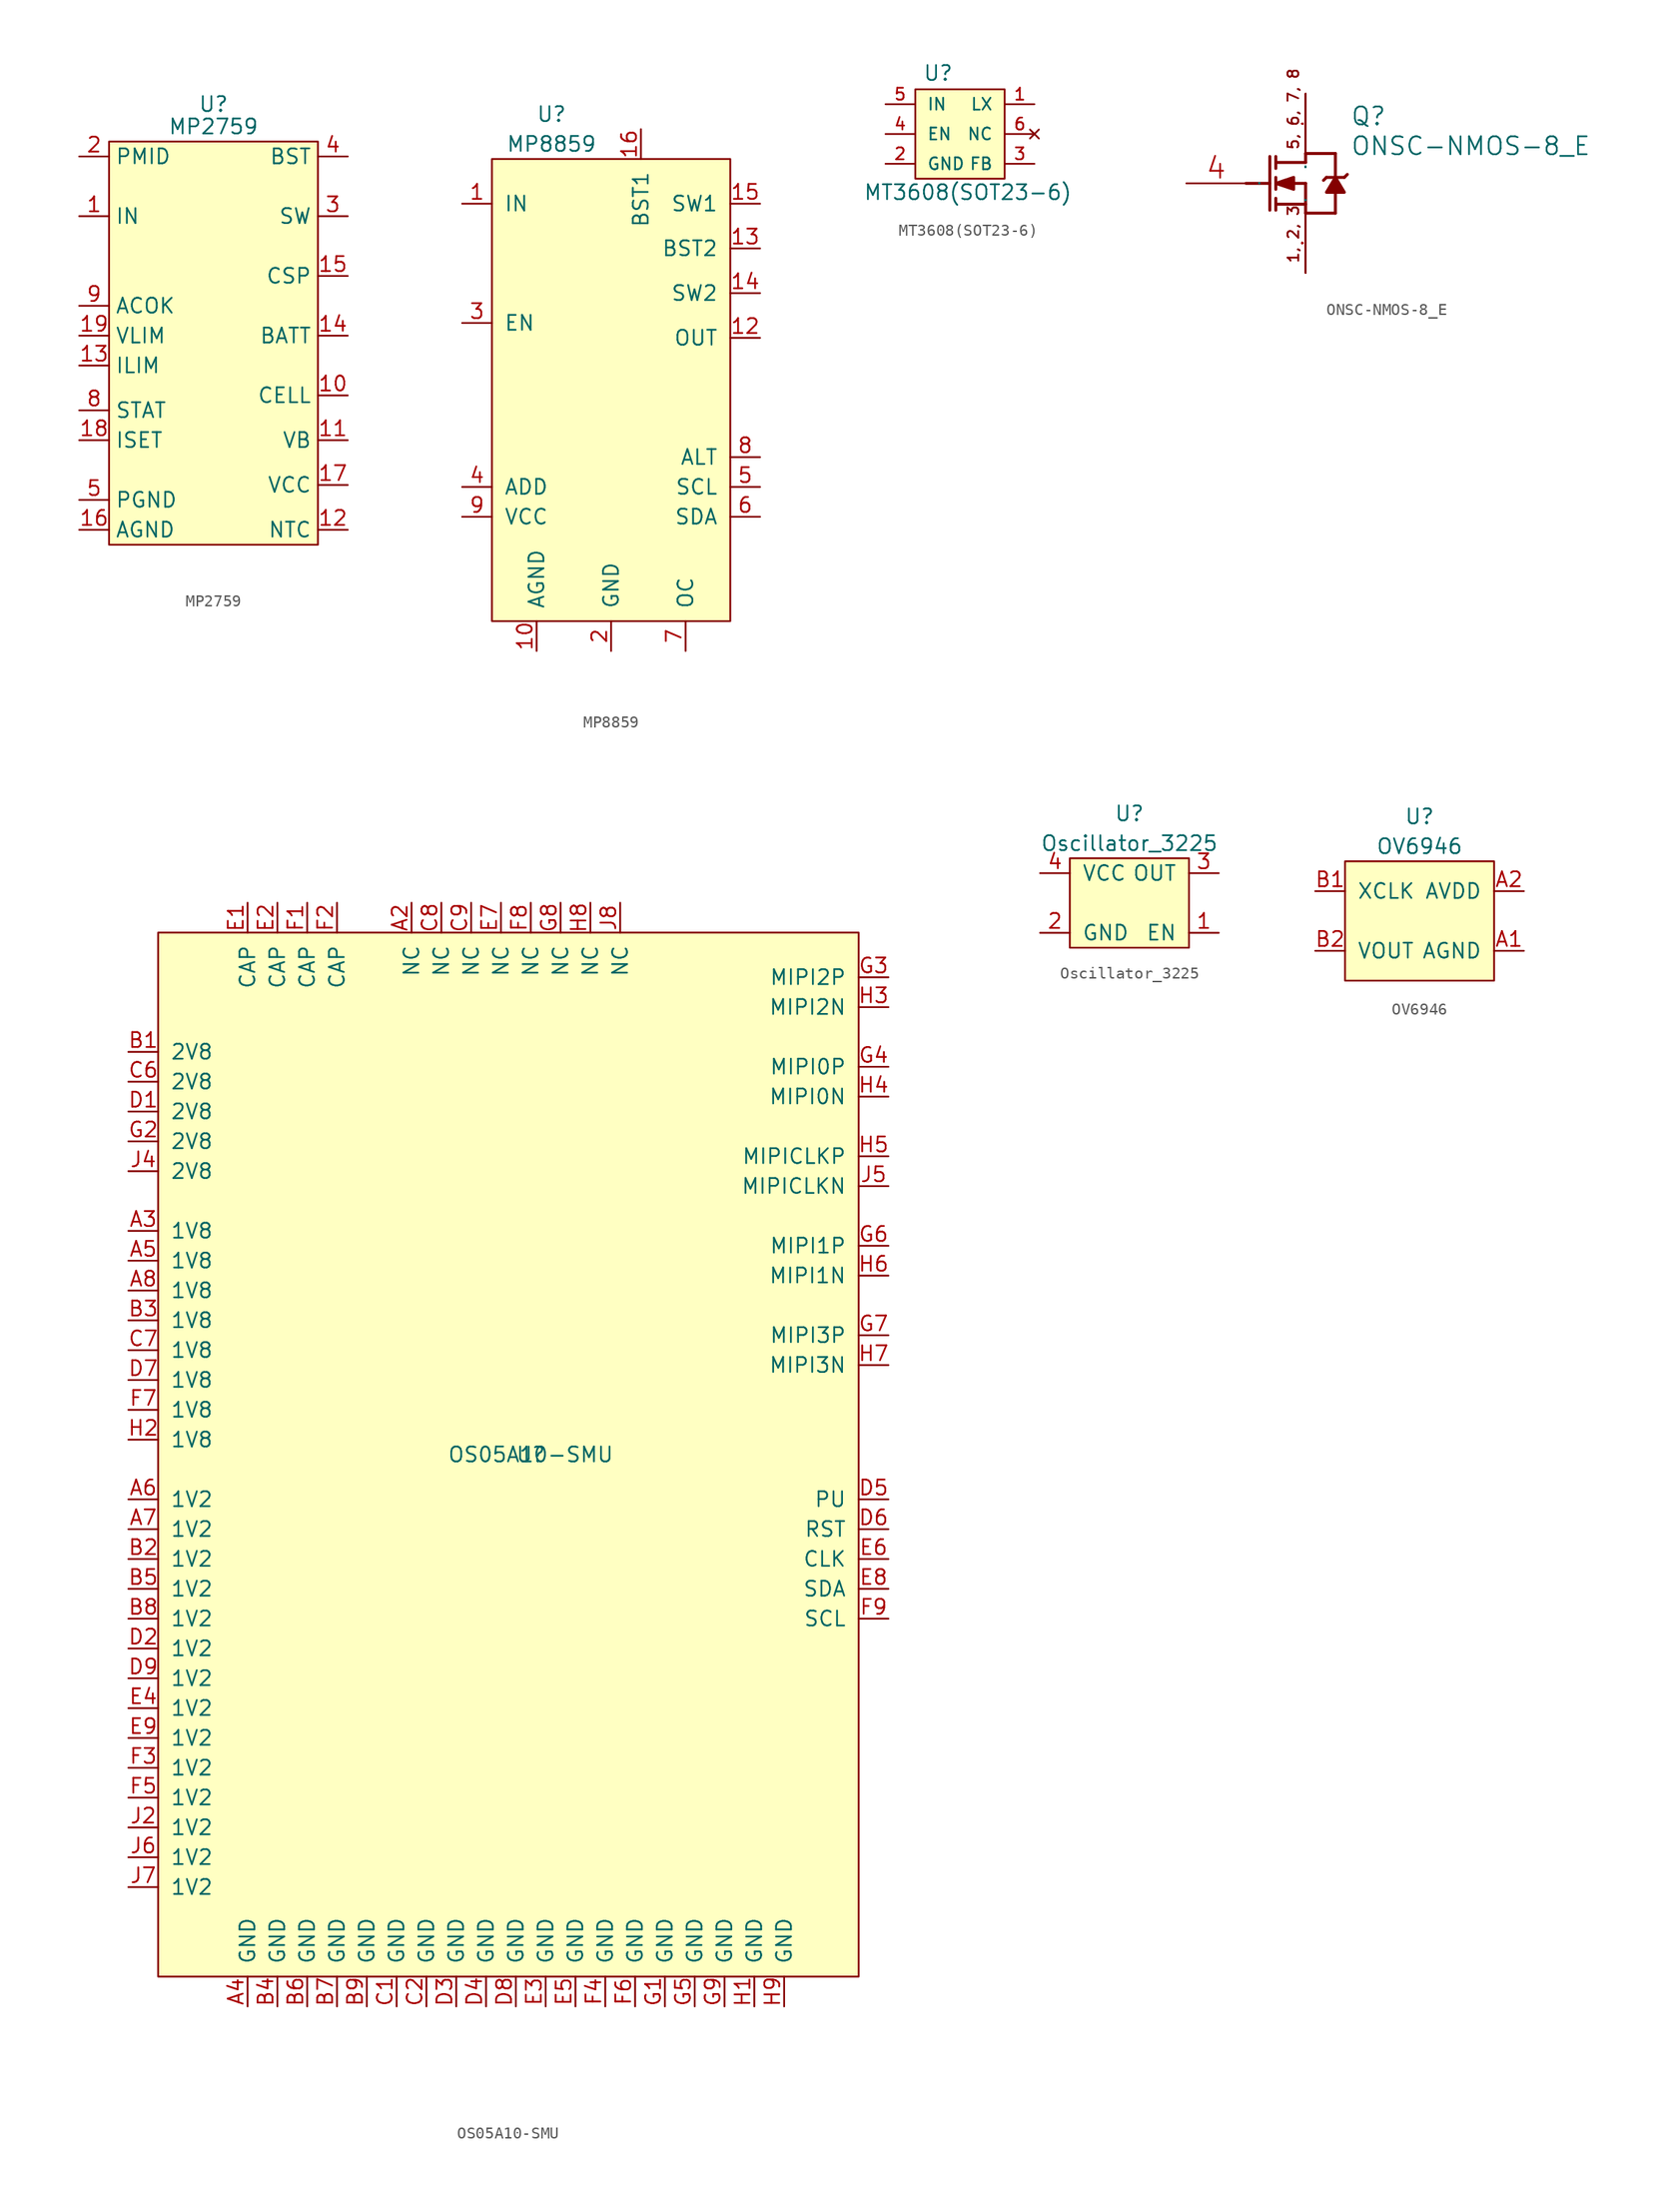
<source format=kicad_sym>
(kicad_symbol_lib
  (version 20211014)
  (generator kicad_symbol_editor)
  (symbol "MP2759"
    (property "Reference" "U"
      (at 0 24.765 0)
      (effects (font (size 1.27 1.27))))
    (property "Value" "MP2759"
      (at 0 22.86 0)
      (effects (font (size 1.27 1.27))))
    (symbol "MP2759_0_1"
      (rectangle (start -8.89 21.59) (end 8.89 -12.7) (stroke (width 0) (type default) (color 0 0 0 0)) (fill (type background))))
    (symbol "MP2759_1_1"
      (pin input line (at -11.43 15.24 0) (length 2.54) (name "IN" (effects (font (size 1.27 1.27)))) (number "1" (effects (font (size 1.27 1.27)))))
      (pin input line (at 11.43 0 180) (length 2.54) (name "CELL" (effects (font (size 1.27 1.27)))) (number "10" (effects (font (size 1.27 1.27)))))
      (pin input line (at 11.43 -3.81 180) (length 2.54) (name "VB" (effects (font (size 1.27 1.27)))) (number "11" (effects (font (size 1.27 1.27)))))
      (pin input line (at 11.43 -11.43 180) (length 2.54) (name "NTC" (effects (font (size 1.27 1.27)))) (number "12" (effects (font (size 1.27 1.27)))))
      (pin input line (at -11.43 2.54 0) (length 2.54) (name "ILIM" (effects (font (size 1.27 1.27)))) (number "13" (effects (font (size 1.27 1.27)))))
      (pin input line (at 11.43 5.08 180) (length 2.54) (name "BATT" (effects (font (size 1.27 1.27)))) (number "14" (effects (font (size 1.27 1.27)))))
      (pin input line (at 11.43 10.16 180) (length 2.54) (name "CSP" (effects (font (size 1.27 1.27)))) (number "15" (effects (font (size 1.27 1.27)))))
      (pin input line (at -11.43 -11.43 0) (length 2.54) (name "AGND" (effects (font (size 1.27 1.27)))) (number "16" (effects (font (size 1.27 1.27)))))
      (pin input line (at 11.43 -7.62 180) (length 2.54) (name "VCC" (effects (font (size 1.27 1.27)))) (number "17" (effects (font (size 1.27 1.27)))))
      (pin input line (at -11.43 -3.81 0) (length 2.54) (name "ISET" (effects (font (size 1.27 1.27)))) (number "18" (effects (font (size 1.27 1.27)))))
      (pin input line (at -11.43 5.08 0) (length 2.54) (name "VLIM" (effects (font (size 1.27 1.27)))) (number "19" (effects (font (size 1.27 1.27)))))
      (pin input line (at -11.43 20.32 0) (length 2.54) (name "PMID" (effects (font (size 1.27 1.27)))) (number "2" (effects (font (size 1.27 1.27)))))
      (pin input line (at 11.43 15.24 180) (length 2.54) (name "SW" (effects (font (size 1.27 1.27)))) (number "3" (effects (font (size 1.27 1.27)))))
      (pin input line (at 11.43 20.32 180) (length 2.54) (name "BST" (effects (font (size 1.27 1.27)))) (number "4" (effects (font (size 1.27 1.27)))))
      (pin input line (at -11.43 -8.89 0) (length 2.54) (name "PGND" (effects (font (size 1.27 1.27)))) (number "5" (effects (font (size 1.27 1.27)))))
      (pin input line (at -11.43 -8.89 0) (length 2.54) hide (name "PGND" (effects (font (size 1.27 1.27)))) (number "6" (effects (font (size 1.27 1.27)))))
      (pin input line (at -11.43 -8.89 0) (length 2.54) hide (name "PGND" (effects (font (size 1.27 1.27)))) (number "7" (effects (font (size 1.27 1.27)))))
      (pin input line (at -11.43 -1.27 0) (length 2.54) (name "STAT" (effects (font (size 1.27 1.27)))) (number "8" (effects (font (size 1.27 1.27)))))
      (pin input line (at -11.43 7.62 0) (length 2.54) (name "ACOK" (effects (font (size 1.27 1.27)))) (number "9" (effects (font (size 1.27 1.27)))))))
  (symbol "MP8859"
    (pin_names
      (offset 1.016))
    (property "Reference" "U"
      (at -5.08 20.32 0)
      (effects (font (size 1.27 1.27))))
    (property "Value" "MP8859"
      (at -5.08 17.78 0)
      (effects (font (size 1.27 1.27))))
    (symbol "MP8859_0_1"
      (rectangle (start -10.16 16.51) (end 10.16 -22.86) (stroke (width 0) (type default) (color 0 0 0 0)) (fill (type background))))
    (symbol "MP8859_1_1"
      (pin input line (at -12.7 12.7 0) (length 2.54) (name "IN" (effects (font (size 1.27 1.27)))) (number "1" (effects (font (size 1.27 1.27)))))
      (pin input line (at -6.35 -25.4 90) (length 2.54) (name "AGND" (effects (font (size 1.27 1.27)))) (number "10" (effects (font (size 1.27 1.27)))))
      (pin input line (at 12.7 1.27 180) (length 2.54) (name "OUT" (effects (font (size 1.27 1.27)))) (number "12" (effects (font (size 1.27 1.27)))))
      (pin input line (at 12.7 8.89 180) (length 2.54) (name "BST2" (effects (font (size 1.27 1.27)))) (number "13" (effects (font (size 1.27 1.27)))))
      (pin input line (at 12.7 5.08 180) (length 2.54) (name "SW2" (effects (font (size 1.27 1.27)))) (number "14" (effects (font (size 1.27 1.27)))))
      (pin input line (at 12.7 12.7 180) (length 2.54) (name "SW1" (effects (font (size 1.27 1.27)))) (number "15" (effects (font (size 1.27 1.27)))))
      (pin input line (at 2.54 19.05 270) (length 2.54) (name "BST1" (effects (font (size 1.27 1.27)))) (number "16" (effects (font (size 1.27 1.27)))))
      (pin input line (at 0 -25.4 90) (length 2.54) (name "GND" (effects (font (size 1.27 1.27)))) (number "2" (effects (font (size 1.27 1.27)))))
      (pin input line (at -12.7 2.54 0) (length 2.54) (name "EN" (effects (font (size 1.27 1.27)))) (number "3" (effects (font (size 1.27 1.27)))))
      (pin input line (at -12.7 -11.43 0) (length 2.54) (name "ADD" (effects (font (size 1.27 1.27)))) (number "4" (effects (font (size 1.27 1.27)))))
      (pin input line (at 12.7 -11.43 180) (length 2.54) (name "SCL" (effects (font (size 1.27 1.27)))) (number "5" (effects (font (size 1.27 1.27)))))
      (pin input line (at 12.7 -13.97 180) (length 2.54) (name "SDA" (effects (font (size 1.27 1.27)))) (number "6" (effects (font (size 1.27 1.27)))))
      (pin input line (at 6.35 -25.4 90) (length 2.54) (name "OC" (effects (font (size 1.27 1.27)))) (number "7" (effects (font (size 1.27 1.27)))))
      (pin input line (at 12.7 -8.89 180) (length 2.54) (name "ALT" (effects (font (size 1.27 1.27)))) (number "8" (effects (font (size 1.27 1.27)))))
      (pin input line (at -12.7 -13.97 0) (length 2.54) (name "VCC" (effects (font (size 1.27 1.27)))) (number "9" (effects (font (size 1.27 1.27)))))))
  (symbol "MT3608(SOT23-6)"
    (pin_names
      (offset 1.016))
    (property "Reference" "U"
      (at -1.905 4.445 0)
      (effects (font (size 1.27 1.27)) (justify left bottom)))
    (property "Value" "MT3608(SOT23-6)"
      (at -6.985 -5.715 0)
      (effects (font (size 1.27 1.27)) (justify left bottom)))
    (property "Datasheet" ""
      (at 2.54 0 0)
      (effects (font (size 1.524 1.524))))
    (symbol "MT3608(SOT23-6)_1_0"
      (rectangle (start -2.54 3.81) (end 5.08 -3.81) (stroke (width 0) (type default) (color 0 0 0 0)) (fill (type background))))
    (symbol "MT3608(SOT23-6)_1_1"
      (pin output line (at 7.62 2.54 180) (length 2.489) (name "LX" (effects (font (size 1.016 1.016)))) (number "1" (effects (font (size 1.016 1.016)))))
      (pin power_in line (at -5.08 -2.54 0) (length 2.489) (name "GND" (effects (font (size 1.016 1.016)))) (number "2" (effects (font (size 1.016 1.016)))))
      (pin input line (at 7.62 -2.54 180) (length 2.489) (name "FB" (effects (font (size 1.016 1.016)))) (number "3" (effects (font (size 1.016 1.016)))))
      (pin input line (at -5.08 0 0) (length 2.489) (name "EN" (effects (font (size 1.016 1.016)))) (number "4" (effects (font (size 1.016 1.016)))))
      (pin input line (at -5.08 2.54 0) (length 2.489) (name "IN" (effects (font (size 1.016 1.016)))) (number "5" (effects (font (size 1.016 1.016)))))
      (pin no_connect line (at 7.62 0 180) (length 2.489) (name "NC" (effects (font (size 1.016 1.016)))) (number "6" (effects (font (size 1.016 1.016)))))))
  (symbol "ONSC-NMOS-8_E"
    (pin_names
      (offset 1.016))
    (property "Reference" "Q"
      (at 8.89 2.286 0)
      (effects (font (size 1.524 1.524)) (justify left bottom)))
    (property "Value" "ONSC-NMOS-8_E"
      (at 8.89 -0.254 0)
      (effects (font (size 1.524 1.524)) (justify left bottom)))
    (property "Footprint" ""
      (at 0 0 0)
      (effects (font (size 1.524 1.524))))
    (property "Datasheet" ""
      (at 0 0 0)
      (effects (font (size 1.524 1.524))))
    (symbol "ONSC-NMOS-8_E_0_1"
      (polyline (pts (xy 0 -2.54) (xy 2.032 -2.54)) (stroke (width 0.254) (type default) (color 0 0 0 0)) (fill (type none)))
      (polyline (pts (xy 2.032 -0.254) (xy 2.032 -4.826)) (stroke (width 0.254) (type default) (color 0 0 0 0)) (fill (type none)))
      (polyline (pts (xy 2.54 -4.826) (xy 2.54 -3.81)) (stroke (width 0.254) (type default) (color 0 0 0 0)) (fill (type none)))
      (polyline (pts (xy 2.54 -3.048) (xy 2.54 -2.032)) (stroke (width 0.254) (type default) (color 0 0 0 0)) (fill (type none)))
      (polyline (pts (xy 2.54 -0.254) (xy 2.54 -1.27)) (stroke (width 0.254) (type default) (color 0 0 0 0)) (fill (type none)))
      (polyline (pts (xy 5.08 -5.08) (xy 7.62 -5.08)) (stroke (width 0.254) (type default) (color 0 0 0 0)) (fill (type none)))
      (polyline (pts (xy 5.08 -4.318) (xy 2.54 -4.318)) (stroke (width 0.254) (type default) (color 0 0 0 0)) (fill (type none)))
      (polyline (pts (xy 5.08 -2.54) (xy 2.54 -2.54)) (stroke (width 0.254) (type default) (color 0 0 0 0)) (fill (type none)))
      (polyline (pts (xy 5.08 -2.54) (xy 5.08 -5.08)) (stroke (width 0.254) (type default) (color 0 0 0 0)) (fill (type none)))
      (polyline (pts (xy 5.08 -0.762) (xy 2.54 -0.762)) (stroke (width 0.254) (type default) (color 0 0 0 0)) (fill (type none)))
      (polyline (pts (xy 5.08 -0.762) (xy 5.08 0)) (stroke (width 0.254) (type default) (color 0 0 0 0)) (fill (type none)))
      (polyline (pts (xy 5.08 0) (xy 7.62 0)) (stroke (width 0.254) (type default) (color 0 0 0 0)) (fill (type none)))
      (polyline (pts (xy 6.858 -2.032) (xy 6.604 -2.286)) (stroke (width 0.254) (type default) (color 0 0 0 0)) (fill (type none)))
      (polyline (pts (xy 6.858 -2.032) (xy 8.382 -2.032)) (stroke (width 0.254) (type default) (color 0 0 0 0)) (fill (type none)))
      (polyline (pts (xy 7.62 -5.08) (xy 7.62 -3.302)) (stroke (width 0.254) (type default) (color 0 0 0 0)) (fill (type none)))
      (polyline (pts (xy 7.62 0) (xy 7.62 -2.032)) (stroke (width 0.254) (type default) (color 0 0 0 0)) (fill (type none)))
      (polyline (pts (xy 8.382 -2.032) (xy 8.636 -1.778)) (stroke (width 0.254) (type default) (color 0 0 0 0)) (fill (type none)))
      (polyline (pts (xy 2.54 -2.54) (xy 4.064 -2.032) (xy 4.064 -3.048) (xy 2.54 -2.54)) (stroke (width 0.254) (type default) (color 0 0 0 0)) (fill (type outline)))
      (polyline (pts (xy 7.62 -2.032) (xy 8.382 -3.302) (xy 6.858 -3.302) (xy 7.62 -2.032)) (stroke (width 0.254) (type default) (color 0 0 0 0)) (fill (type outline)))
      (pin passive line (at 5.08 -10.16 90) (length 5.08) (name "S" (effects (font (size 0.025 0.025)))) (number "1" (effects (font (size 0.025 0.025)))))
      (pin passive line (at 5.08 -10.16 90) (length 5.08) (name "S" (effects (font (size 0.025 0.025)))) (number "2" (effects (font (size 0.025 0.025)))))
      (pin passive line (at 5.08 -10.16 90) (length 5.08) (name "S" (effects (font (size 0.025 0.025)))) (number "3" (effects (font (size 0.025 0.025)))))
      (pin passive line (at -5.08 -2.54 0) (length 5.08) (name "G" (effects (font (size 0.025 0.025)))) (number "4" (effects (font (size 1.778 1.778)))))
      (pin passive line (at 5.08 5.08 270) (length 5.08) (name "D" (effects (font (size 0.025 0.025)))) (number "5" (effects (font (size 0.025 0.025)))))
      (pin passive line (at 5.08 5.08 270) (length 5.08) (name "D" (effects (font (size 0.025 0.025)))) (number "6" (effects (font (size 0.025 0.025)))))
      (pin passive line (at 5.08 5.08 270) (length 5.08) (name "D" (effects (font (size 0.025 0.025)))) (number "7" (effects (font (size 0.025 0.025)))))
      (pin passive line (at 5.08 5.08 270) (length 5.08) (name "D" (effects (font (size 0.025 0.025)))) (number "8" (effects (font (size 0.025 0.025))))))
    (symbol "ONSC-NMOS-8_E_1_1"
      (text "1, 2, 3" (at 4.572 -9.398 900) (effects (font (size 0.914 0.914)) (justify left bottom)))
      (text "5, 6, 7, 8" (at 4.572 0.254 900) (effects (font (size 0.914 0.914)) (justify left bottom)))))
  (symbol "OS05A10-SMU"
    (pin_names
      (offset 1.016))
    (property "Reference" "U"
      (at 0 21.59 0)
      (effects (font (size 1.27 1.27))))
    (property "Value" "OS05A10-SMU"
      (at 0 21.59 0)
      (effects (font (size 1.27 1.27))))
    (symbol "OS05A10-SMU_0_1"
      (rectangle (start -31.75 66.04) (end 27.94 -22.86) (stroke (width 0) (type default) (color 0 0 0 0)) (fill (type background))))
    (symbol "OS05A10-SMU_1_1"
      (pin input line (at -10.16 68.58 270) (length 2.54) (name "NC" (effects (font (size 1.27 1.27)))) (number "A2" (effects (font (size 1.27 1.27)))))
      (pin input line (at -34.29 40.64 0) (length 2.54) (name "1V8" (effects (font (size 1.27 1.27)))) (number "A3" (effects (font (size 1.27 1.27)))))
      (pin input line (at -24.13 -25.4 90) (length 2.54) (name "GND" (effects (font (size 1.27 1.27)))) (number "A4" (effects (font (size 1.27 1.27)))))
      (pin input line (at -34.29 38.1 0) (length 2.54) (name "1V8" (effects (font (size 1.27 1.27)))) (number "A5" (effects (font (size 1.27 1.27)))))
      (pin input line (at -34.29 17.78 0) (length 2.54) (name "1V2" (effects (font (size 1.27 1.27)))) (number "A6" (effects (font (size 1.27 1.27)))))
      (pin input line (at -34.29 15.24 0) (length 2.54) (name "1V2" (effects (font (size 1.27 1.27)))) (number "A7" (effects (font (size 1.27 1.27)))))
      (pin input line (at -34.29 35.56 0) (length 2.54) (name "1V8" (effects (font (size 1.27 1.27)))) (number "A8" (effects (font (size 1.27 1.27)))))
      (pin input line (at -34.29 55.88 0) (length 2.54) (name "2V8" (effects (font (size 1.27 1.27)))) (number "B1" (effects (font (size 1.27 1.27)))))
      (pin input line (at -34.29 12.7 0) (length 2.54) (name "1V2" (effects (font (size 1.27 1.27)))) (number "B2" (effects (font (size 1.27 1.27)))))
      (pin input line (at -34.29 33.02 0) (length 2.54) (name "1V8" (effects (font (size 1.27 1.27)))) (number "B3" (effects (font (size 1.27 1.27)))))
      (pin input line (at -21.59 -25.4 90) (length 2.54) (name "GND" (effects (font (size 1.27 1.27)))) (number "B4" (effects (font (size 1.27 1.27)))))
      (pin input line (at -34.29 10.16 0) (length 2.54) (name "1V2" (effects (font (size 1.27 1.27)))) (number "B5" (effects (font (size 1.27 1.27)))))
      (pin input line (at -19.05 -25.4 90) (length 2.54) (name "GND" (effects (font (size 1.27 1.27)))) (number "B6" (effects (font (size 1.27 1.27)))))
      (pin input line (at -16.51 -25.4 90) (length 2.54) (name "GND" (effects (font (size 1.27 1.27)))) (number "B7" (effects (font (size 1.27 1.27)))))
      (pin input line (at -34.29 7.62 0) (length 2.54) (name "1V2" (effects (font (size 1.27 1.27)))) (number "B8" (effects (font (size 1.27 1.27)))))
      (pin input line (at -13.97 -25.4 90) (length 2.54) (name "GND" (effects (font (size 1.27 1.27)))) (number "B9" (effects (font (size 1.27 1.27)))))
      (pin input line (at -11.43 -25.4 90) (length 2.54) (name "GND" (effects (font (size 1.27 1.27)))) (number "C1" (effects (font (size 1.27 1.27)))))
      (pin input line (at -8.89 -25.4 90) (length 2.54) (name "GND" (effects (font (size 1.27 1.27)))) (number "C2" (effects (font (size 1.27 1.27)))))
      (pin input line (at -34.29 53.34 0) (length 2.54) (name "2V8" (effects (font (size 1.27 1.27)))) (number "C6" (effects (font (size 1.27 1.27)))))
      (pin input line (at -34.29 30.48 0) (length 2.54) (name "1V8" (effects (font (size 1.27 1.27)))) (number "C7" (effects (font (size 1.27 1.27)))))
      (pin input line (at -7.62 68.58 270) (length 2.54) (name "NC" (effects (font (size 1.27 1.27)))) (number "C8" (effects (font (size 1.27 1.27)))))
      (pin input line (at -5.08 68.58 270) (length 2.54) (name "NC" (effects (font (size 1.27 1.27)))) (number "C9" (effects (font (size 1.27 1.27)))))
      (pin input line (at -34.29 50.8 0) (length 2.54) (name "2V8" (effects (font (size 1.27 1.27)))) (number "D1" (effects (font (size 1.27 1.27)))))
      (pin input line (at -34.29 5.08 0) (length 2.54) (name "1V2" (effects (font (size 1.27 1.27)))) (number "D2" (effects (font (size 1.27 1.27)))))
      (pin input line (at -6.35 -25.4 90) (length 2.54) (name "GND" (effects (font (size 1.27 1.27)))) (number "D3" (effects (font (size 1.27 1.27)))))
      (pin input line (at -3.81 -25.4 90) (length 2.54) (name "GND" (effects (font (size 1.27 1.27)))) (number "D4" (effects (font (size 1.27 1.27)))))
      (pin input line (at 30.48 17.78 180) (length 2.54) (name "PU" (effects (font (size 1.27 1.27)))) (number "D5" (effects (font (size 1.27 1.27)))))
      (pin input line (at 30.48 15.24 180) (length 2.54) (name "RST" (effects (font (size 1.27 1.27)))) (number "D6" (effects (font (size 1.27 1.27)))))
      (pin input line (at -34.29 27.94 0) (length 2.54) (name "1V8" (effects (font (size 1.27 1.27)))) (number "D7" (effects (font (size 1.27 1.27)))))
      (pin input line (at -1.27 -25.4 90) (length 2.54) (name "GND" (effects (font (size 1.27 1.27)))) (number "D8" (effects (font (size 1.27 1.27)))))
      (pin input line (at -34.29 2.54 0) (length 2.54) (name "1V2" (effects (font (size 1.27 1.27)))) (number "D9" (effects (font (size 1.27 1.27)))))
      (pin input line (at -24.13 68.58 270) (length 2.54) (name "CAP" (effects (font (size 1.27 1.27)))) (number "E1" (effects (font (size 1.27 1.27)))))
      (pin input line (at -21.59 68.58 270) (length 2.54) (name "CAP" (effects (font (size 1.27 1.27)))) (number "E2" (effects (font (size 1.27 1.27)))))
      (pin input line (at 1.27 -25.4 90) (length 2.54) (name "GND" (effects (font (size 1.27 1.27)))) (number "E3" (effects (font (size 1.27 1.27)))))
      (pin input line (at -34.29 0 0) (length 2.54) (name "1V2" (effects (font (size 1.27 1.27)))) (number "E4" (effects (font (size 1.27 1.27)))))
      (pin input line (at 3.81 -25.4 90) (length 2.54) (name "GND" (effects (font (size 1.27 1.27)))) (number "E5" (effects (font (size 1.27 1.27)))))
      (pin input line (at 30.48 12.7 180) (length 2.54) (name "CLK" (effects (font (size 1.27 1.27)))) (number "E6" (effects (font (size 1.27 1.27)))))
      (pin input line (at -2.54 68.58 270) (length 2.54) (name "NC" (effects (font (size 1.27 1.27)))) (number "E7" (effects (font (size 1.27 1.27)))))
      (pin input line (at 30.48 10.16 180) (length 2.54) (name "SDA" (effects (font (size 1.27 1.27)))) (number "E8" (effects (font (size 1.27 1.27)))))
      (pin input line (at -34.29 -2.54 0) (length 2.54) (name "1V2" (effects (font (size 1.27 1.27)))) (number "E9" (effects (font (size 1.27 1.27)))))
      (pin input line (at -19.05 68.58 270) (length 2.54) (name "CAP" (effects (font (size 1.27 1.27)))) (number "F1" (effects (font (size 1.27 1.27)))))
      (pin input line (at -16.51 68.58 270) (length 2.54) (name "CAP" (effects (font (size 1.27 1.27)))) (number "F2" (effects (font (size 1.27 1.27)))))
      (pin input line (at -34.29 -5.08 0) (length 2.54) (name "1V2" (effects (font (size 1.27 1.27)))) (number "F3" (effects (font (size 1.27 1.27)))))
      (pin input line (at 6.35 -25.4 90) (length 2.54) (name "GND" (effects (font (size 1.27 1.27)))) (number "F4" (effects (font (size 1.27 1.27)))))
      (pin input line (at -34.29 -7.62 0) (length 2.54) (name "1V2" (effects (font (size 1.27 1.27)))) (number "F5" (effects (font (size 1.27 1.27)))))
      (pin input line (at 8.89 -25.4 90) (length 2.54) (name "GND" (effects (font (size 1.27 1.27)))) (number "F6" (effects (font (size 1.27 1.27)))))
      (pin input line (at -34.29 25.4 0) (length 2.54) (name "1V8" (effects (font (size 1.27 1.27)))) (number "F7" (effects (font (size 1.27 1.27)))))
      (pin input line (at 0 68.58 270) (length 2.54) (name "NC" (effects (font (size 1.27 1.27)))) (number "F8" (effects (font (size 1.27 1.27)))))
      (pin input line (at 30.48 7.62 180) (length 2.54) (name "SCL" (effects (font (size 1.27 1.27)))) (number "F9" (effects (font (size 1.27 1.27)))))
      (pin input line (at 11.43 -25.4 90) (length 2.54) (name "GND" (effects (font (size 1.27 1.27)))) (number "G1" (effects (font (size 1.27 1.27)))))
      (pin input line (at -34.29 48.26 0) (length 2.54) (name "2V8" (effects (font (size 1.27 1.27)))) (number "G2" (effects (font (size 1.27 1.27)))))
      (pin input line (at 30.48 62.23 180) (length 2.54) (name "MIPI2P" (effects (font (size 1.27 1.27)))) (number "G3" (effects (font (size 1.27 1.27)))))
      (pin input line (at 30.48 54.61 180) (length 2.54) (name "MIPI0P" (effects (font (size 1.27 1.27)))) (number "G4" (effects (font (size 1.27 1.27)))))
      (pin input line (at 13.97 -25.4 90) (length 2.54) (name "GND" (effects (font (size 1.27 1.27)))) (number "G5" (effects (font (size 1.27 1.27)))))
      (pin input line (at 30.48 39.37 180) (length 2.54) (name "MIPI1P" (effects (font (size 1.27 1.27)))) (number "G6" (effects (font (size 1.27 1.27)))))
      (pin input line (at 30.48 31.75 180) (length 2.54) (name "MIPI3P" (effects (font (size 1.27 1.27)))) (number "G7" (effects (font (size 1.27 1.27)))))
      (pin input line (at 2.54 68.58 270) (length 2.54) (name "NC" (effects (font (size 1.27 1.27)))) (number "G8" (effects (font (size 1.27 1.27)))))
      (pin input line (at 16.51 -25.4 90) (length 2.54) (name "GND" (effects (font (size 1.27 1.27)))) (number "G9" (effects (font (size 1.27 1.27)))))
      (pin input line (at 19.05 -25.4 90) (length 2.54) (name "GND" (effects (font (size 1.27 1.27)))) (number "H1" (effects (font (size 1.27 1.27)))))
      (pin input line (at -34.29 22.86 0) (length 2.54) (name "1V8" (effects (font (size 1.27 1.27)))) (number "H2" (effects (font (size 1.27 1.27)))))
      (pin input line (at 30.48 59.69 180) (length 2.54) (name "MIPI2N" (effects (font (size 1.27 1.27)))) (number "H3" (effects (font (size 1.27 1.27)))))
      (pin input line (at 30.48 52.07 180) (length 2.54) (name "MIPI0N" (effects (font (size 1.27 1.27)))) (number "H4" (effects (font (size 1.27 1.27)))))
      (pin input line (at 30.48 46.99 180) (length 2.54) (name "MIPICLKP" (effects (font (size 1.27 1.27)))) (number "H5" (effects (font (size 1.27 1.27)))))
      (pin input line (at 30.48 36.83 180) (length 2.54) (name "MIPI1N" (effects (font (size 1.27 1.27)))) (number "H6" (effects (font (size 1.27 1.27)))))
      (pin input line (at 30.48 29.21 180) (length 2.54) (name "MIPI3N" (effects (font (size 1.27 1.27)))) (number "H7" (effects (font (size 1.27 1.27)))))
      (pin input line (at 5.08 68.58 270) (length 2.54) (name "NC" (effects (font (size 1.27 1.27)))) (number "H8" (effects (font (size 1.27 1.27)))))
      (pin input line (at 21.59 -25.4 90) (length 2.54) (name "GND" (effects (font (size 1.27 1.27)))) (number "H9" (effects (font (size 1.27 1.27)))))
      (pin input line (at -34.29 -10.16 0) (length 2.54) (name "1V2" (effects (font (size 1.27 1.27)))) (number "J2" (effects (font (size 1.27 1.27)))))
      (pin input line (at -34.29 45.72 0) (length 2.54) (name "2V8" (effects (font (size 1.27 1.27)))) (number "J4" (effects (font (size 1.27 1.27)))))
      (pin input line (at 30.48 44.45 180) (length 2.54) (name "MIPICLKN" (effects (font (size 1.27 1.27)))) (number "J5" (effects (font (size 1.27 1.27)))))
      (pin input line (at -34.29 -12.7 0) (length 2.54) (name "1V2" (effects (font (size 1.27 1.27)))) (number "J6" (effects (font (size 1.27 1.27)))))
      (pin input line (at -34.29 -15.24 0) (length 2.54) (name "1V2" (effects (font (size 1.27 1.27)))) (number "J7" (effects (font (size 1.27 1.27)))))
      (pin input line (at 7.62 68.58 270) (length 2.54) (name "NC" (effects (font (size 1.27 1.27)))) (number "J8" (effects (font (size 1.27 1.27)))))))
  (symbol "Oscillator_3225"
    (pin_names
      (offset 1.016))
    (property "Reference" "U"
      (at 0 7.62 0)
      (effects (font (size 1.27 1.27))))
    (property "Value" "Oscillator_3225"
      (at 0 5.08 0)
      (effects (font (size 1.27 1.27))))
    (symbol "Oscillator_3225_0_1"
      (rectangle (start -5.08 3.81) (end 5.08 -3.81) (stroke (width 0) (type default) (color 0 0 0 0)) (fill (type background))))
    (symbol "Oscillator_3225_1_1"
      (pin input line (at 7.62 -2.54 180) (length 2.54) (name "EN" (effects (font (size 1.27 1.27)))) (number "1" (effects (font (size 1.27 1.27)))))
      (pin input line (at -7.62 -2.54 0) (length 2.54) (name "GND" (effects (font (size 1.27 1.27)))) (number "2" (effects (font (size 1.27 1.27)))))
      (pin input line (at 7.62 2.54 180) (length 2.54) (name "OUT" (effects (font (size 1.27 1.27)))) (number "3" (effects (font (size 1.27 1.27)))))
      (pin input line (at -7.62 2.54 0) (length 2.54) (name "VCC" (effects (font (size 1.27 1.27)))) (number "4" (effects (font (size 1.27 1.27)))))))
  (symbol "OV6946"
    (pin_names
      (offset 1.016))
    (property "Reference" "U"
      (at 0 8.89 0)
      (effects (font (size 1.27 1.27))))
    (property "Value" "OV6946"
      (at 0 6.35 0)
      (effects (font (size 1.27 1.27))))
    (symbol "OV6946_0_1"
      (rectangle (start -6.35 5.08) (end 6.35 -5.08) (stroke (width 0) (type default) (color 0 0 0 0)) (fill (type background))))
    (symbol "OV6946_1_1"
      (pin input line (at 8.89 -2.54 180) (length 2.54) (name "AGND" (effects (font (size 1.27 1.27)))) (number "A1" (effects (font (size 1.27 1.27)))))
      (pin input line (at 8.89 2.54 180) (length 2.54) (name "AVDD" (effects (font (size 1.27 1.27)))) (number "A2" (effects (font (size 1.27 1.27)))))
      (pin input line (at -8.89 2.54 0) (length 2.54) (name "XCLK" (effects (font (size 1.27 1.27)))) (number "B1" (effects (font (size 1.27 1.27)))))
      (pin input line (at -8.89 -2.54 0) (length 2.54) (name "VOUT" (effects (font (size 1.27 1.27)))) (number "B2" (effects (font (size 1.27 1.27))))))))
</source>
